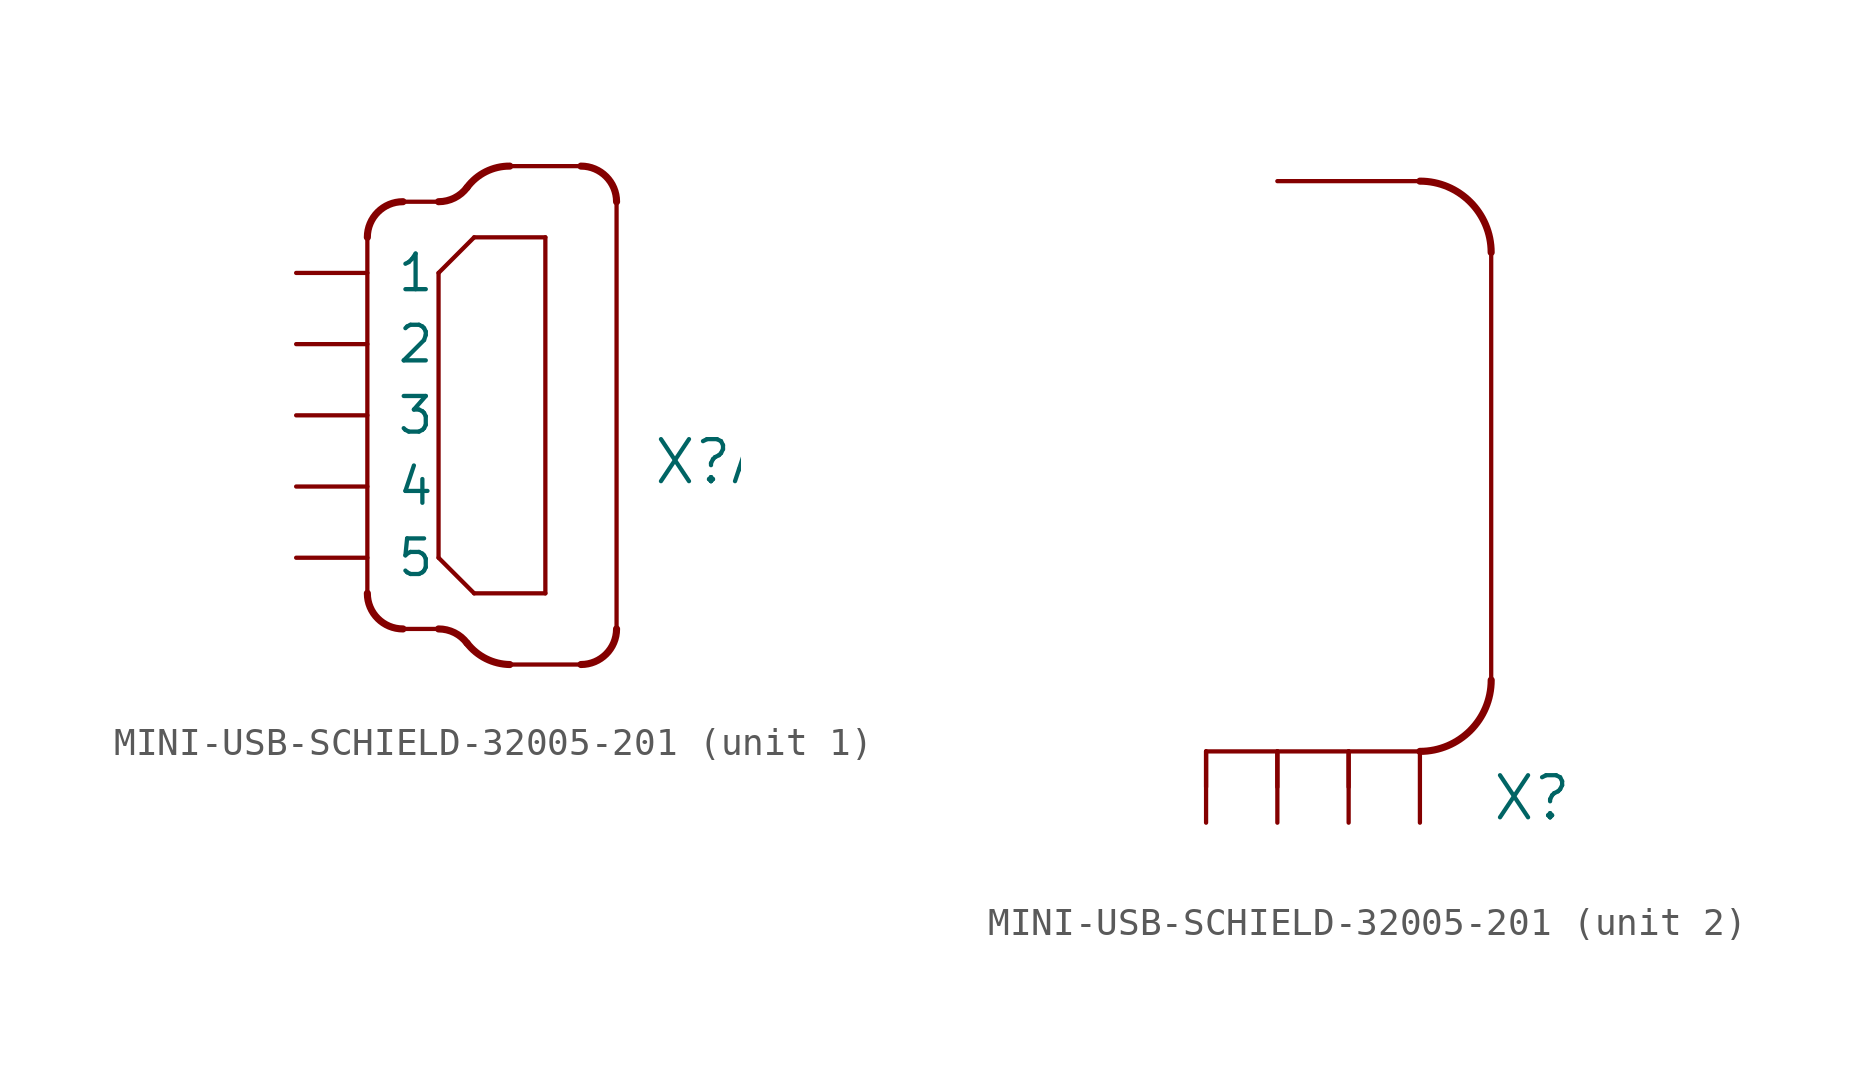
<source format=kicad_sym>
(kicad_symbol_lib
  (version 20211014)
  (generator kicad_symbol_editor)
  (symbol "MINI-USB-SCHIELD-32005-201"
    (pin_names
      (offset 1.016))
    (property "Reference" "X"
      (at 7.62 -2.54 0)
      (effects (font (size 1.499 1.499)) (justify left bottom)))
    (property "ki_locked" ""
      (at 0 0 0)
      (effects (font (size 1.27 1.27))))
    (symbol "MINI-USB-SCHIELD-32005-201_1_0"
      (arc (start -2.54 -6.35) (mid -2.168 -7.248) (end -1.27 -7.62) (stroke (width 0.254) (type default) (color 0 0 0 0)) (fill (type none)))
      (arc (start -1.27 7.62) (mid -2.168 7.248) (end -2.54 6.35) (stroke (width 0.254) (type default) (color 0 0 0 0)) (fill (type none)))
      (polyline (pts (xy -2.54 6.35) (xy -2.54 -6.35)) (stroke (width 0) (type default) (color 0 0 0 0)) (fill (type none)))
      (polyline (pts (xy -1.27 -7.62) (xy 0 -7.62)) (stroke (width 0) (type default) (color 0 0 0 0)) (fill (type none)))
      (polyline (pts (xy -1.27 7.62) (xy 0 7.62)) (stroke (width 0) (type default) (color 0 0 0 0)) (fill (type none)))
      (polyline (pts (xy 0 -5.08) (xy 1.27 -6.35)) (stroke (width 0) (type default) (color 0 0 0 0)) (fill (type none)))
      (polyline (pts (xy 0 5.08) (xy 0 -5.08)) (stroke (width 0) (type default) (color 0 0 0 0)) (fill (type none)))
      (polyline (pts (xy 1.27 -6.35) (xy 3.81 -6.35)) (stroke (width 0) (type default) (color 0 0 0 0)) (fill (type none)))
      (polyline (pts (xy 1.27 6.35) (xy 0 5.08)) (stroke (width 0) (type default) (color 0 0 0 0)) (fill (type none)))
      (polyline (pts (xy 2.54 -8.89) (xy 5.08 -8.89)) (stroke (width 0) (type default) (color 0 0 0 0)) (fill (type none)))
      (polyline (pts (xy 2.54 8.89) (xy 5.08 8.89)) (stroke (width 0) (type default) (color 0 0 0 0)) (fill (type none)))
      (polyline (pts (xy 3.81 -6.35) (xy 3.81 6.35)) (stroke (width 0) (type default) (color 0 0 0 0)) (fill (type none)))
      (polyline (pts (xy 3.81 6.35) (xy 1.27 6.35)) (stroke (width 0) (type default) (color 0 0 0 0)) (fill (type none)))
      (polyline (pts (xy 6.35 -7.62) (xy 6.35 7.62)) (stroke (width 0) (type default) (color 0 0 0 0)) (fill (type none)))
      (arc (start 0 7.62) (mid 0.568 7.7541) (end 1.016 8.128) (stroke (width 0.254) (type default) (color 0 0 0 0)) (fill (type none)))
      (arc (start 1.016 -8.128) (mid 0.568 -7.7541) (end 0 -7.62) (stroke (width 0.254) (type default) (color 0 0 0 0)) (fill (type none)))
      (arc (start 1.016 -8.128) (mid 1.6903 -8.6817) (end 2.54 -8.89) (stroke (width 0.254) (type default) (color 0 0 0 0)) (fill (type none)))
      (arc (start 2.54 8.89) (mid 1.6858 8.6907) (end 1.016 8.128) (stroke (width 0.254) (type default) (color 0 0 0 0)) (fill (type none)))
      (arc (start 5.08 -8.89) (mid 5.978 -8.518) (end 6.35 -7.62) (stroke (width 0.254) (type default) (color 0 0 0 0)) (fill (type none)))
      (arc (start 6.35 7.62) (mid 5.978 8.518) (end 5.08 8.89) (stroke (width 0.254) (type default) (color 0 0 0 0)) (fill (type none)))
      (pin passive line (at -5.08 5.08 0) (length 2.54) (name "1" (effects (font (size 1.27 1.27)))) (number "1" (effects (font (size 0 0)))))
      (pin passive line (at -5.08 2.54 0) (length 2.54) (name "2" (effects (font (size 1.27 1.27)))) (number "2" (effects (font (size 0 0)))))
      (pin passive line (at -5.08 0 0) (length 2.54) (name "3" (effects (font (size 1.27 1.27)))) (number "3" (effects (font (size 0 0)))))
      (pin passive line (at -5.08 -2.54 0) (length 2.54) (name "4" (effects (font (size 1.27 1.27)))) (number "4" (effects (font (size 0 0)))))
      (pin passive line (at -5.08 -5.08 0) (length 2.54) (name "5" (effects (font (size 1.27 1.27)))) (number "5" (effects (font (size 0 0))))))
    (symbol "MINI-USB-SCHIELD-32005-201_2_0"
      (polyline (pts (xy -2.54 -1.27) (xy -2.54 0)) (stroke (width 0) (type default) (color 0 0 0 0)) (fill (type none)))
      (polyline (pts (xy -2.54 0) (xy 0 0)) (stroke (width 0) (type default) (color 0 0 0 0)) (fill (type none)))
      (polyline (pts (xy 0 -1.27) (xy 0 0)) (stroke (width 0) (type default) (color 0 0 0 0)) (fill (type none)))
      (polyline (pts (xy 0 0) (xy 2.54 0)) (stroke (width 0) (type default) (color 0 0 0 0)) (fill (type none)))
      (polyline (pts (xy 2.54 -1.27) (xy 2.54 0)) (stroke (width 0) (type default) (color 0 0 0 0)) (fill (type none)))
      (polyline (pts (xy 2.54 0) (xy 5.08 0)) (stroke (width 0) (type default) (color 0 0 0 0)) (fill (type none)))
      (polyline (pts (xy 5.08 20.32) (xy 0 20.32)) (stroke (width 0) (type default) (color 0 0 0 0)) (fill (type none)))
      (polyline (pts (xy 7.62 2.54) (xy 7.62 17.78)) (stroke (width 0) (type default) (color 0 0 0 0)) (fill (type none)))
      (arc (start 5.08 0) (mid 6.8761 0.7439) (end 7.62 2.54) (stroke (width 0.254) (type default) (color 0 0 0 0)) (fill (type none)))
      (arc (start 7.62 17.78) (mid 6.8761 19.5761) (end 5.08 20.32) (stroke (width 0.254) (type default) (color 0 0 0 0)) (fill (type none)))
      (pin passive line (at -2.54 -2.54 90) (length 2.54) (name "S1" (effects (font (size 0 0)))) (number "M1" (effects (font (size 0 0)))))
      (pin passive line (at 0 -2.54 90) (length 2.54) (name "S2" (effects (font (size 0 0)))) (number "M2" (effects (font (size 0 0)))))
      (pin passive line (at 2.54 -2.54 90) (length 2.54) (name "S3" (effects (font (size 0 0)))) (number "M3" (effects (font (size 0 0)))))
      (pin passive line (at 5.08 -2.54 90) (length 2.54) (name "S4" (effects (font (size 0 0)))) (number "M4" (effects (font (size 0 0))))))))
</source>
